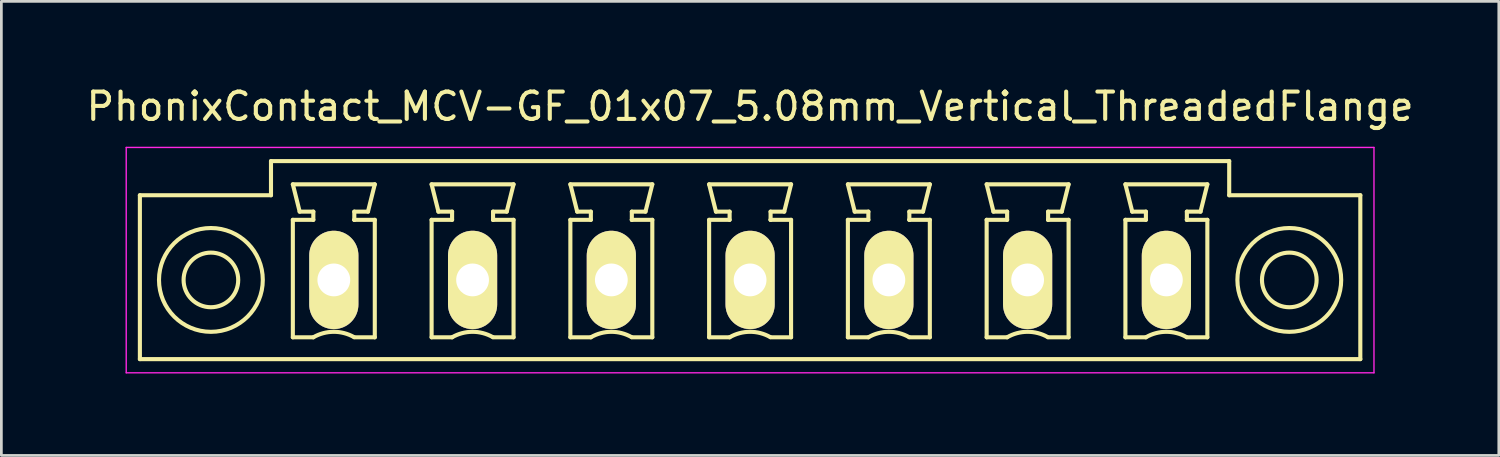
<source format=kicad_pcb>
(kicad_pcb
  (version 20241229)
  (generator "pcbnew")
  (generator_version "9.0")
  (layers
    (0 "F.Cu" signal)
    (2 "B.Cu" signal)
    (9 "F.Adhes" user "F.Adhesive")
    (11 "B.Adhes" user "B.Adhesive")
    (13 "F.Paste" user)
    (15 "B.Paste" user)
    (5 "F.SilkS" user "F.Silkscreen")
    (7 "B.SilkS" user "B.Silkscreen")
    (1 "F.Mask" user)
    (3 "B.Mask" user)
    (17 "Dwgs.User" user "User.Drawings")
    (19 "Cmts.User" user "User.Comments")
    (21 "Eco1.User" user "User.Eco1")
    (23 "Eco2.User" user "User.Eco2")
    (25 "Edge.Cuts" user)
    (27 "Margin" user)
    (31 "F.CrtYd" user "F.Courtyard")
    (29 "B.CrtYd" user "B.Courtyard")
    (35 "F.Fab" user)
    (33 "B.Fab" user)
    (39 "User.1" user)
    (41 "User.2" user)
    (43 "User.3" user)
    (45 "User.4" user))
  (footprint "PhonixContact_MCV-GF_01x07_5.08mm_Vertical_ThreadedFlange"
    (layer "F.Cu")
    (at 9.171 7.198)
    (property "Reference" "PhonixContact_MCV-GF_01x07_5.08mm_Vertical_ThreadedFlange" (at 15.24 -6.35 0) (layer "F.SilkS") (effects (font (size 1 1) (thickness 0.15))))
    (attr through_hole)
    (fp_line (start -7.1 -3.1) (end -7.1 2.9) (stroke (width 0.15) (type solid)) (layer "F.SilkS"))
    (fp_line (start -7.1 2.9) (end 37.58 2.9) (stroke (width 0.15) (type solid)) (layer "F.SilkS"))
    (fp_line (start -2.3 -4.35) (end -2.3 -3.1) (stroke (width 0.15) (type solid)) (layer "F.SilkS"))
    (fp_line (start -2.3 -3.1) (end -7.1 -3.1) (stroke (width 0.15) (type solid)) (layer "F.SilkS"))
    (fp_line (start -1.5 -3.5) (end 1.5 -3.5) (stroke (width 0.15) (type solid)) (layer "F.SilkS"))
    (fp_line (start -1.5 -2.2) (end -0.75 -2.2) (stroke (width 0.15) (type solid)) (layer "F.SilkS"))
    (fp_line (start -1.5 2.1) (end -1.5 -2.2) (stroke (width 0.15) (type solid)) (layer "F.SilkS"))
    (fp_line (start -1.25 -2.5) (end -1.5 -3.5) (stroke (width 0.15) (type solid)) (layer "F.SilkS"))
    (fp_line (start -0.75 -2.5) (end -1.25 -2.5) (stroke (width 0.15) (type solid)) (layer "F.SilkS"))
    (fp_line (start -0.75 -2.2) (end -0.75 -2.5) (stroke (width 0.15) (type solid)) (layer "F.SilkS"))
    (fp_line (start -0.75 2.1) (end -1.5 2.1) (stroke (width 0.15) (type solid)) (layer "F.SilkS"))
    (fp_line (start 0.75 -2.5) (end 0.75 -2.2) (stroke (width 0.15) (type solid)) (layer "F.SilkS"))
    (fp_line (start 0.75 -2.2) (end 0.75 -2.2) (stroke (width 0.15) (type solid)) (layer "F.SilkS"))
    (fp_line (start 0.75 -2.2) (end 1.5 -2.2) (stroke (width 0.15) (type solid)) (layer "F.SilkS"))
    (fp_line (start 1.25 -2.5) (end 0.75 -2.5) (stroke (width 0.15) (type solid)) (layer "F.SilkS"))
    (fp_line (start 1.5 -3.5) (end 1.25 -2.5) (stroke (width 0.15) (type solid)) (layer "F.SilkS"))
    (fp_line (start 1.5 -2.2) (end 1.5 2.1) (stroke (width 0.15) (type solid)) (layer "F.SilkS"))
    (fp_line (start 1.5 2.1) (end 0.75 2.1) (stroke (width 0.15) (type solid)) (layer "F.SilkS"))
    (fp_line (start 3.58 -3.5) (end 6.58 -3.5) (stroke (width 0.15) (type solid)) (layer "F.SilkS"))
    (fp_line (start 3.58 -2.2) (end 4.33 -2.2) (stroke (width 0.15) (type solid)) (layer "F.SilkS"))
    (fp_line (start 3.58 2.1) (end 3.58 -2.2) (stroke (width 0.15) (type solid)) (layer "F.SilkS"))
    (fp_line (start 3.83 -2.5) (end 3.58 -3.5) (stroke (width 0.15) (type solid)) (layer "F.SilkS"))
    (fp_line (start 4.33 -2.5) (end 3.83 -2.5) (stroke (width 0.15) (type solid)) (layer "F.SilkS"))
    (fp_line (start 4.33 -2.2) (end 4.33 -2.5) (stroke (width 0.15) (type solid)) (layer "F.SilkS"))
    (fp_line (start 4.33 2.1) (end 3.58 2.1) (stroke (width 0.15) (type solid)) (layer "F.SilkS"))
    (fp_line (start 5.83 -2.5) (end 5.83 -2.2) (stroke (width 0.15) (type solid)) (layer "F.SilkS"))
    (fp_line (start 5.83 -2.2) (end 5.83 -2.2) (stroke (width 0.15) (type solid)) (layer "F.SilkS"))
    (fp_line (start 5.83 -2.2) (end 6.58 -2.2) (stroke (width 0.15) (type solid)) (layer "F.SilkS"))
    (fp_line (start 6.33 -2.5) (end 5.83 -2.5) (stroke (width 0.15) (type solid)) (layer "F.SilkS"))
    (fp_line (start 6.58 -3.5) (end 6.33 -2.5) (stroke (width 0.15) (type solid)) (layer "F.SilkS"))
    (fp_line (start 6.58 -2.2) (end 6.58 2.1) (stroke (width 0.15) (type solid)) (layer "F.SilkS"))
    (fp_line (start 6.58 2.1) (end 5.83 2.1) (stroke (width 0.15) (type solid)) (layer "F.SilkS"))
    (fp_line (start 8.66 -3.5) (end 11.66 -3.5) (stroke (width 0.15) (type solid)) (layer "F.SilkS"))
    (fp_line (start 8.66 -2.2) (end 9.41 -2.2) (stroke (width 0.15) (type solid)) (layer "F.SilkS"))
    (fp_line (start 8.66 2.1) (end 8.66 -2.2) (stroke (width 0.15) (type solid)) (layer "F.SilkS"))
    (fp_line (start 8.91 -2.5) (end 8.66 -3.5) (stroke (width 0.15) (type solid)) (layer "F.SilkS"))
    (fp_line (start 9.41 -2.5) (end 8.91 -2.5) (stroke (width 0.15) (type solid)) (layer "F.SilkS"))
    (fp_line (start 9.41 -2.2) (end 9.41 -2.5) (stroke (width 0.15) (type solid)) (layer "F.SilkS"))
    (fp_line (start 9.41 2.1) (end 8.66 2.1) (stroke (width 0.15) (type solid)) (layer "F.SilkS"))
    (fp_line (start 10.91 -2.5) (end 10.91 -2.2) (stroke (width 0.15) (type solid)) (layer "F.SilkS"))
    (fp_line (start 10.91 -2.2) (end 10.91 -2.2) (stroke (width 0.15) (type solid)) (layer "F.SilkS"))
    (fp_line (start 10.91 -2.2) (end 11.66 -2.2) (stroke (width 0.15) (type solid)) (layer "F.SilkS"))
    (fp_line (start 11.41 -2.5) (end 10.91 -2.5) (stroke (width 0.15) (type solid)) (layer "F.SilkS"))
    (fp_line (start 11.66 -3.5) (end 11.41 -2.5) (stroke (width 0.15) (type solid)) (layer "F.SilkS"))
    (fp_line (start 11.66 -2.2) (end 11.66 2.1) (stroke (width 0.15) (type solid)) (layer "F.SilkS"))
    (fp_line (start 11.66 2.1) (end 10.91 2.1) (stroke (width 0.15) (type solid)) (layer "F.SilkS"))
    (fp_line (start 13.74 -3.5) (end 16.74 -3.5) (stroke (width 0.15) (type solid)) (layer "F.SilkS"))
    (fp_line (start 13.74 -2.2) (end 14.49 -2.2) (stroke (width 0.15) (type solid)) (layer "F.SilkS"))
    (fp_line (start 13.74 2.1) (end 13.74 -2.2) (stroke (width 0.15) (type solid)) (layer "F.SilkS"))
    (fp_line (start 13.99 -2.5) (end 13.74 -3.5) (stroke (width 0.15) (type solid)) (layer "F.SilkS"))
    (fp_line (start 14.49 -2.5) (end 13.99 -2.5) (stroke (width 0.15) (type solid)) (layer "F.SilkS"))
    (fp_line (start 14.49 -2.2) (end 14.49 -2.5) (stroke (width 0.15) (type solid)) (layer "F.SilkS"))
    (fp_line (start 14.49 2.1) (end 13.74 2.1) (stroke (width 0.15) (type solid)) (layer "F.SilkS"))
    (fp_line (start 15.99 -2.5) (end 15.99 -2.2) (stroke (width 0.15) (type solid)) (layer "F.SilkS"))
    (fp_line (start 15.99 -2.2) (end 15.99 -2.2) (stroke (width 0.15) (type solid)) (layer "F.SilkS"))
    (fp_line (start 15.99 -2.2) (end 16.74 -2.2) (stroke (width 0.15) (type solid)) (layer "F.SilkS"))
    (fp_line (start 16.49 -2.5) (end 15.99 -2.5) (stroke (width 0.15) (type solid)) (layer "F.SilkS"))
    (fp_line (start 16.74 -3.5) (end 16.49 -2.5) (stroke (width 0.15) (type solid)) (layer "F.SilkS"))
    (fp_line (start 16.74 -2.2) (end 16.74 2.1) (stroke (width 0.15) (type solid)) (layer "F.SilkS"))
    (fp_line (start 16.74 2.1) (end 15.99 2.1) (stroke (width 0.15) (type solid)) (layer "F.SilkS"))
    (fp_line (start 18.82 -3.5) (end 21.82 -3.5) (stroke (width 0.15) (type solid)) (layer "F.SilkS"))
    (fp_line (start 18.82 -2.2) (end 19.57 -2.2) (stroke (width 0.15) (type solid)) (layer "F.SilkS"))
    (fp_line (start 18.82 2.1) (end 18.82 -2.2) (stroke (width 0.15) (type solid)) (layer "F.SilkS"))
    (fp_line (start 19.07 -2.5) (end 18.82 -3.5) (stroke (width 0.15) (type solid)) (layer "F.SilkS"))
    (fp_line (start 19.57 -2.5) (end 19.07 -2.5) (stroke (width 0.15) (type solid)) (layer "F.SilkS"))
    (fp_line (start 19.57 -2.2) (end 19.57 -2.5) (stroke (width 0.15) (type solid)) (layer "F.SilkS"))
    (fp_line (start 19.57 2.1) (end 18.82 2.1) (stroke (width 0.15) (type solid)) (layer "F.SilkS"))
    (fp_line (start 21.07 -2.5) (end 21.07 -2.2) (stroke (width 0.15) (type solid)) (layer "F.SilkS"))
    (fp_line (start 21.07 -2.2) (end 21.07 -2.2) (stroke (width 0.15) (type solid)) (layer "F.SilkS"))
    (fp_line (start 21.07 -2.2) (end 21.82 -2.2) (stroke (width 0.15) (type solid)) (layer "F.SilkS"))
    (fp_line (start 21.57 -2.5) (end 21.07 -2.5) (stroke (width 0.15) (type solid)) (layer "F.SilkS"))
    (fp_line (start 21.82 -3.5) (end 21.57 -2.5) (stroke (width 0.15) (type solid)) (layer "F.SilkS"))
    (fp_line (start 21.82 -2.2) (end 21.82 2.1) (stroke (width 0.15) (type solid)) (layer "F.SilkS"))
    (fp_line (start 21.82 2.1) (end 21.07 2.1) (stroke (width 0.15) (type solid)) (layer "F.SilkS"))
    (fp_line (start 23.9 -3.5) (end 26.9 -3.5) (stroke (width 0.15) (type solid)) (layer "F.SilkS"))
    (fp_line (start 23.9 -2.2) (end 24.65 -2.2) (stroke (width 0.15) (type solid)) (layer "F.SilkS"))
    (fp_line (start 23.9 2.1) (end 23.9 -2.2) (stroke (width 0.15) (type solid)) (layer "F.SilkS"))
    (fp_line (start 24.15 -2.5) (end 23.9 -3.5) (stroke (width 0.15) (type solid)) (layer "F.SilkS"))
    (fp_line (start 24.65 -2.5) (end 24.15 -2.5) (stroke (width 0.15) (type solid)) (layer "F.SilkS"))
    (fp_line (start 24.65 -2.2) (end 24.65 -2.5) (stroke (width 0.15) (type solid)) (layer "F.SilkS"))
    (fp_line (start 24.65 2.1) (end 23.9 2.1) (stroke (width 0.15) (type solid)) (layer "F.SilkS"))
    (fp_line (start 26.15 -2.5) (end 26.15 -2.2) (stroke (width 0.15) (type solid)) (layer "F.SilkS"))
    (fp_line (start 26.15 -2.2) (end 26.15 -2.2) (stroke (width 0.15) (type solid)) (layer "F.SilkS"))
    (fp_line (start 26.15 -2.2) (end 26.9 -2.2) (stroke (width 0.15) (type solid)) (layer "F.SilkS"))
    (fp_line (start 26.65 -2.5) (end 26.15 -2.5) (stroke (width 0.15) (type solid)) (layer "F.SilkS"))
    (fp_line (start 26.9 -3.5) (end 26.65 -2.5) (stroke (width 0.15) (type solid)) (layer "F.SilkS"))
    (fp_line (start 26.9 -2.2) (end 26.9 2.1) (stroke (width 0.15) (type solid)) (layer "F.SilkS"))
    (fp_line (start 26.9 2.1) (end 26.15 2.1) (stroke (width 0.15) (type solid)) (layer "F.SilkS"))
    (fp_line (start 28.98 -3.5) (end 31.98 -3.5) (stroke (width 0.15) (type solid)) (layer "F.SilkS"))
    (fp_line (start 28.98 -2.2) (end 29.73 -2.2) (stroke (width 0.15) (type solid)) (layer "F.SilkS"))
    (fp_line (start 28.98 2.1) (end 28.98 -2.2) (stroke (width 0.15) (type solid)) (layer "F.SilkS"))
    (fp_line (start 29.23 -2.5) (end 28.98 -3.5) (stroke (width 0.15) (type solid)) (layer "F.SilkS"))
    (fp_line (start 29.73 -2.5) (end 29.23 -2.5) (stroke (width 0.15) (type solid)) (layer "F.SilkS"))
    (fp_line (start 29.73 -2.2) (end 29.73 -2.5) (stroke (width 0.15) (type solid)) (layer "F.SilkS"))
    (fp_line (start 29.73 2.1) (end 28.98 2.1) (stroke (width 0.15) (type solid)) (layer "F.SilkS"))
    (fp_line (start 31.23 -2.5) (end 31.23 -2.2) (stroke (width 0.15) (type solid)) (layer "F.SilkS"))
    (fp_line (start 31.23 -2.2) (end 31.23 -2.2) (stroke (width 0.15) (type solid)) (layer "F.SilkS"))
    (fp_line (start 31.23 -2.2) (end 31.98 -2.2) (stroke (width 0.15) (type solid)) (layer "F.SilkS"))
    (fp_line (start 31.73 -2.5) (end 31.23 -2.5) (stroke (width 0.15) (type solid)) (layer "F.SilkS"))
    (fp_line (start 31.98 -3.5) (end 31.73 -2.5) (stroke (width 0.15) (type solid)) (layer "F.SilkS"))
    (fp_line (start 31.98 -2.2) (end 31.98 2.1) (stroke (width 0.15) (type solid)) (layer "F.SilkS"))
    (fp_line (start 31.98 2.1) (end 31.23 2.1) (stroke (width 0.15) (type solid)) (layer "F.SilkS"))
    (fp_line (start 32.78 -4.35) (end -2.3 -4.35) (stroke (width 0.15) (type solid)) (layer "F.SilkS"))
    (fp_line (start 32.78 -3.1) (end 32.78 -4.35) (stroke (width 0.15) (type solid)) (layer "F.SilkS"))
    (fp_line (start 37.58 -3.1) (end 32.78 -3.1) (stroke (width 0.15) (type solid)) (layer "F.SilkS"))
    (fp_line (start 37.58 2.9) (end 37.58 -3.1) (stroke (width 0.15) (type solid)) (layer "F.SilkS"))
    (fp_arc (start -0.75 2.1) (mid -0.006068 1.899179) (end 0.739464 2.093978) (stroke (width 0.15) (type solid)) (layer "F.SilkS"))
    (fp_arc (start 4.33 2.1) (mid 5.073932 1.899179) (end 5.819464 2.093978) (stroke (width 0.15) (type solid)) (layer "F.SilkS"))
    (fp_arc (start 9.41 2.1) (mid 10.153932 1.899179) (end 10.899464 2.093978) (stroke (width 0.15) (type solid)) (layer "F.SilkS"))
    (fp_arc (start 14.49 2.1) (mid 15.233932 1.899179) (end 15.979464 2.093978) (stroke (width 0.15) (type solid)) (layer "F.SilkS"))
    (fp_arc (start 19.57 2.1) (mid 20.313932 1.899179) (end 21.059464 2.093978) (stroke (width 0.15) (type solid)) (layer "F.SilkS"))
    (fp_arc (start 24.65 2.1) (mid 25.393932 1.899179) (end 26.139464 2.093978) (stroke (width 0.15) (type solid)) (layer "F.SilkS"))
    (fp_arc (start 29.73 2.1) (mid 30.473932 1.899179) (end 31.219464 2.093978) (stroke (width 0.15) (type solid)) (layer "F.SilkS"))
    (fp_circle (center -4.5 0) (end -3.5 0) (stroke (width 0.15) (type solid)) (fill no) (layer "F.SilkS"))
    (fp_circle (center -4.5 0) (end -2.6 0) (stroke (width 0.15) (type solid)) (fill no) (layer "F.SilkS"))
    (fp_circle (center 34.98 0) (end 35.98 0) (stroke (width 0.15) (type solid)) (fill no) (layer "F.SilkS"))
    (fp_circle (center 34.98 0) (end 36.88 0) (stroke (width 0.15) (type solid)) (fill no) (layer "F.SilkS"))
    (fp_line (start -7.6 -4.85) (end -7.6 3.4) (stroke (width 0.05) (type solid)) (layer "F.CrtYd"))
    (fp_line (start -7.6 3.4) (end 38.08 3.4) (stroke (width 0.05) (type solid)) (layer "F.CrtYd"))
    (fp_line (start 38.08 -4.85) (end -7.6 -4.85) (stroke (width 0.05) (type solid)) (layer "F.CrtYd"))
    (fp_line (start 38.08 3.4) (end 38.08 -4.85) (stroke (width 0.05) (type solid)) (layer "F.CrtYd"))
    (pad "1" thru_hole oval (at 0 0) (size 1.8 3.6) (drill 1.2) (layers "*.Cu" "*.Mask" "F.SilkS"))
    (pad "2" thru_hole oval (at 5.08 0) (size 1.8 3.6) (drill 1.2) (layers "*.Cu" "*.Mask" "F.SilkS"))
    (pad "3" thru_hole oval (at 10.16 0) (size 1.8 3.6) (drill 1.2) (layers "*.Cu" "*.Mask" "F.SilkS"))
    (pad "4" thru_hole oval (at 15.24 0) (size 1.8 3.6) (drill 1.2) (layers "*.Cu" "*.Mask" "F.SilkS"))
    (pad "5" thru_hole oval (at 20.32 0) (size 1.8 3.6) (drill 1.2) (layers "*.Cu" "*.Mask" "F.SilkS"))
    (pad "6" thru_hole oval (at 25.4 0) (size 1.8 3.6) (drill 1.2) (layers "*.Cu" "*.Mask" "F.SilkS"))
    (pad "7" thru_hole oval (at 30.48 0) (size 1.8 3.6) (drill 1.2) (layers "*.Cu" "*.Mask" "F.SilkS")))
  (gr_rect
    (start -3 -3)
    (end 51.821 13.623)
    (stroke (width 0.1) (type default))
    (fill no)
    (layer "Edge.Cuts")))
</source>
